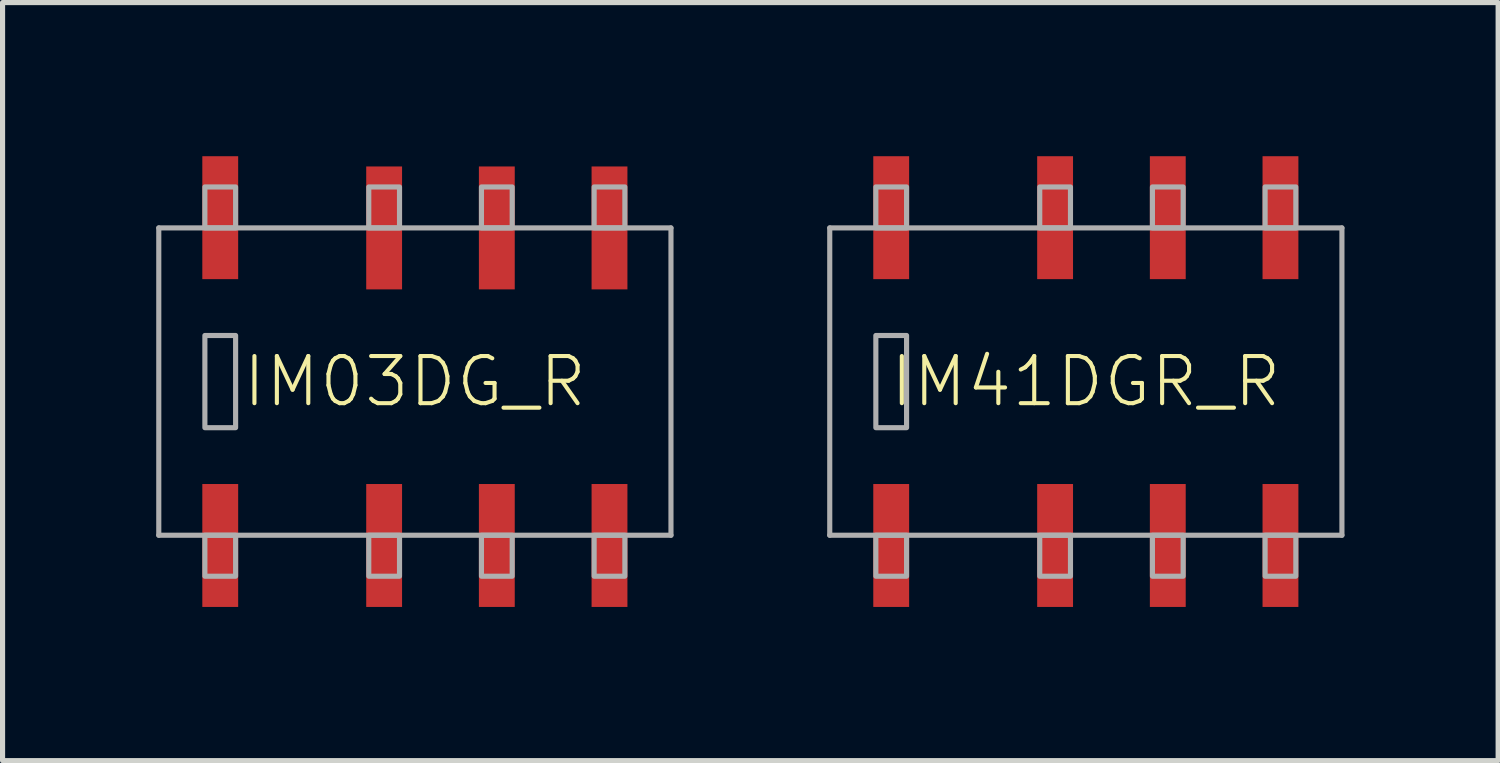
<source format=kicad_pcb>
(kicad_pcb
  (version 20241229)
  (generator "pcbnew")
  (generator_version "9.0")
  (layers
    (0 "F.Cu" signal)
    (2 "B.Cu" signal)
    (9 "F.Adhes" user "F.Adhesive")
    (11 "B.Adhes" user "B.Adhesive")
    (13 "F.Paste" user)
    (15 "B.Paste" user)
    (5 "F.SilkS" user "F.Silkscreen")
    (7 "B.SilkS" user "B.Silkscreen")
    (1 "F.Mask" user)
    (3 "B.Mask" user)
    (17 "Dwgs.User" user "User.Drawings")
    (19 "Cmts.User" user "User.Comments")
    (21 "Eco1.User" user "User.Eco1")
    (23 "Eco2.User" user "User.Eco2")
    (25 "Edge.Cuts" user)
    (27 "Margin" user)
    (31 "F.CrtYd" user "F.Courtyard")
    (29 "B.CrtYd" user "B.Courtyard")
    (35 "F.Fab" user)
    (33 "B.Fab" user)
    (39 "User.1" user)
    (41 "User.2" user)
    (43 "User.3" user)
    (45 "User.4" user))
  (footprint "IM41DGR_R"
    (layer "F.Cu")
    (at 18.15 4.4)
    (property "Reference" "IM41DGR_R" (at 0 0 0) (unlocked yes) (layer "F.SilkS") (effects (font (size 0.92 0.92) (thickness 0.08))))
    (fp_line (start -5 -3) (end -5 3) (stroke (width 0.1) (type solid)) (layer "F.Fab"))
    (fp_line (start -5 3) (end 5 3) (stroke (width 0.1) (type solid)) (layer "F.Fab"))
    (fp_line (start 5 -3) (end -5 -3) (stroke (width 0.1) (type solid)) (layer "F.Fab"))
    (fp_line (start 5 3) (end 5 -3) (stroke (width 0.1) (type solid)) (layer "F.Fab"))
    (fp_poly (pts (xy -4.1 -3) (xy -3.5 -3) (xy -3.5 -3.8) (xy -4.1 -3.8)) (stroke (width 0.1) (type default)) (fill no) (layer "F.Fab"))
    (fp_poly (pts (xy -4.1 0.9) (xy -3.5 0.9) (xy -3.5 -0.9) (xy -4.1 -0.9)) (stroke (width 0.1) (type default)) (fill no) (layer "F.Fab"))
    (fp_poly (pts (xy -4.1 3.8) (xy -3.5 3.8) (xy -3.5 3) (xy -4.1 3)) (stroke (width 0.1) (type default)) (fill no) (layer "F.Fab"))
    (fp_poly (pts (xy -0.9 -3) (xy -0.3 -3) (xy -0.3 -3.8) (xy -0.9 -3.8)) (stroke (width 0.1) (type default)) (fill no) (layer "F.Fab"))
    (fp_poly (pts (xy -0.9 3.8) (xy -0.3 3.8) (xy -0.3 3) (xy -0.9 3)) (stroke (width 0.1) (type default)) (fill no) (layer "F.Fab"))
    (fp_poly (pts (xy 1.3 -3) (xy 1.9 -3) (xy 1.9 -3.8) (xy 1.3 -3.8)) (stroke (width 0.1) (type default)) (fill no) (layer "F.Fab"))
    (fp_poly (pts (xy 1.3 3.8) (xy 1.9 3.8) (xy 1.9 3) (xy 1.3 3)) (stroke (width 0.1) (type default)) (fill no) (layer "F.Fab"))
    (fp_poly (pts (xy 3.5 -3) (xy 4.1 -3) (xy 4.1 -3.8) (xy 3.5 -3.8)) (stroke (width 0.1) (type default)) (fill no) (layer "F.Fab"))
    (fp_poly (pts (xy 3.5 3.8) (xy 4.1 3.8) (xy 4.1 3) (xy 3.5 3)) (stroke (width 0.1) (type default)) (fill no) (layer "F.Fab"))
    (pad "1" smd rect (at -3.8 3.2) (size 0.7 2.4) (layers "F.Cu" "F.Mask" "F.Paste"))
    (pad "2" smd rect (at -0.6 3.2) (size 0.7 2.4) (layers "F.Cu" "F.Mask" "F.Paste"))
    (pad "3" smd rect (at 1.6 3.2) (size 0.7 2.4) (layers "F.Cu" "F.Mask" "F.Paste"))
    (pad "4" smd rect (at 3.8 3.2) (size 0.7 2.4) (layers "F.Cu" "F.Mask" "F.Paste"))
    (pad "5" smd rect (at 3.8 -3.2) (size 0.7 2.4) (layers "F.Cu" "F.Mask" "F.Paste"))
    (pad "6" smd rect (at 1.6 -3.2) (size 0.7 2.4) (layers "F.Cu" "F.Mask" "F.Paste"))
    (pad "7" smd rect (at -0.6 -3.2) (size 0.7 2.4) (layers "F.Cu" "F.Mask" "F.Paste"))
    (pad "8" smd rect (at -3.8 -3.2) (size 0.7 2.4) (layers "F.Cu" "F.Mask" "F.Paste")))
  (footprint "IM03DG_R"
    (layer "F.Cu")
    (at 5.05 4.4)
    (property "Reference" "IM03DG_R" (at 0 0 0) (unlocked yes) (layer "F.SilkS") (effects (font (size 0.92 0.92) (thickness 0.08))))
    (fp_line (start -5 -3) (end -5 3) (stroke (width 0.1) (type solid)) (layer "F.Fab"))
    (fp_line (start -5 3) (end 5 3) (stroke (width 0.1) (type solid)) (layer "F.Fab"))
    (fp_line (start 5 -3) (end -5 -3) (stroke (width 0.1) (type solid)) (layer "F.Fab"))
    (fp_line (start 5 3) (end 5 -3) (stroke (width 0.1) (type solid)) (layer "F.Fab"))
    (fp_poly (pts (xy -4.1 0.9) (xy -3.5 0.9) (xy -3.5 -0.9) (xy -4.1 -0.9)) (stroke (width 0.1) (type default)) (fill no) (layer "F.Fab"))
    (fp_poly (pts (xy -4.1 3.8) (xy -3.5 3.8) (xy -3.5 3) (xy -4.1 3)) (stroke (width 0.1) (type default)) (fill no) (layer "F.Fab"))
    (fp_poly (pts (xy -3.5 -3.8) (xy -4.1 -3.8) (xy -4.1 -3) (xy -3.5 -3)) (stroke (width 0.1) (type default)) (fill no) (layer "F.Fab"))
    (fp_poly (pts (xy -0.9 3.8) (xy -0.3 3.8) (xy -0.3 3) (xy -0.9 3)) (stroke (width 0.1) (type default)) (fill no) (layer "F.Fab"))
    (fp_poly (pts (xy -0.3 -3.8) (xy -0.9 -3.8) (xy -0.9 -3) (xy -0.3 -3)) (stroke (width 0.1) (type default)) (fill no) (layer "F.Fab"))
    (fp_poly (pts (xy 1.3 3.8) (xy 1.9 3.8) (xy 1.9 3) (xy 1.3 3)) (stroke (width 0.1) (type default)) (fill no) (layer "F.Fab"))
    (fp_poly (pts (xy 1.9 -3.8) (xy 1.3 -3.8) (xy 1.3 -3) (xy 1.9 -3)) (stroke (width 0.1) (type default)) (fill no) (layer "F.Fab"))
    (fp_poly (pts (xy 3.5 3.8) (xy 4.1 3.8) (xy 4.1 3) (xy 3.5 3)) (stroke (width 0.1) (type default)) (fill no) (layer "F.Fab"))
    (fp_poly (pts (xy 4.1 -3.8) (xy 3.5 -3.8) (xy 3.5 -3) (xy 4.1 -3)) (stroke (width 0.1) (type default)) (fill no) (layer "F.Fab"))
    (pad "1" smd rect (at -3.8 3.2) (size 0.7 2.4) (layers "F.Cu" "F.Mask" "F.Paste"))
    (pad "2" smd rect (at -0.6 3.2) (size 0.7 2.4) (layers "F.Cu" "F.Mask" "F.Paste"))
    (pad "3" smd rect (at 1.6 3.2) (size 0.7 2.4) (layers "F.Cu" "F.Mask" "F.Paste"))
    (pad "4" smd rect (at 3.8 3.2) (size 0.7 2.4) (layers "F.Cu" "F.Mask" "F.Paste"))
    (pad "5" smd rect (at 3.8 -3) (size 0.7 2.4) (layers "F.Cu" "F.Mask" "F.Paste"))
    (pad "6" smd rect (at 1.6 -3) (size 0.7 2.4) (layers "F.Cu" "F.Mask" "F.Paste"))
    (pad "7" smd rect (at -0.6 -3) (size 0.7 2.4) (layers "F.Cu" "F.Mask" "F.Paste"))
    (pad "8" smd rect (at -3.8 -3.2) (size 0.7 2.4) (layers "F.Cu" "F.Mask" "F.Paste")))
  (gr_rect
    (start -3 -3)
    (end 26.2 11.8)
    (stroke (width 0.1) (type default))
    (fill no)
    (layer "Edge.Cuts")))
</source>
